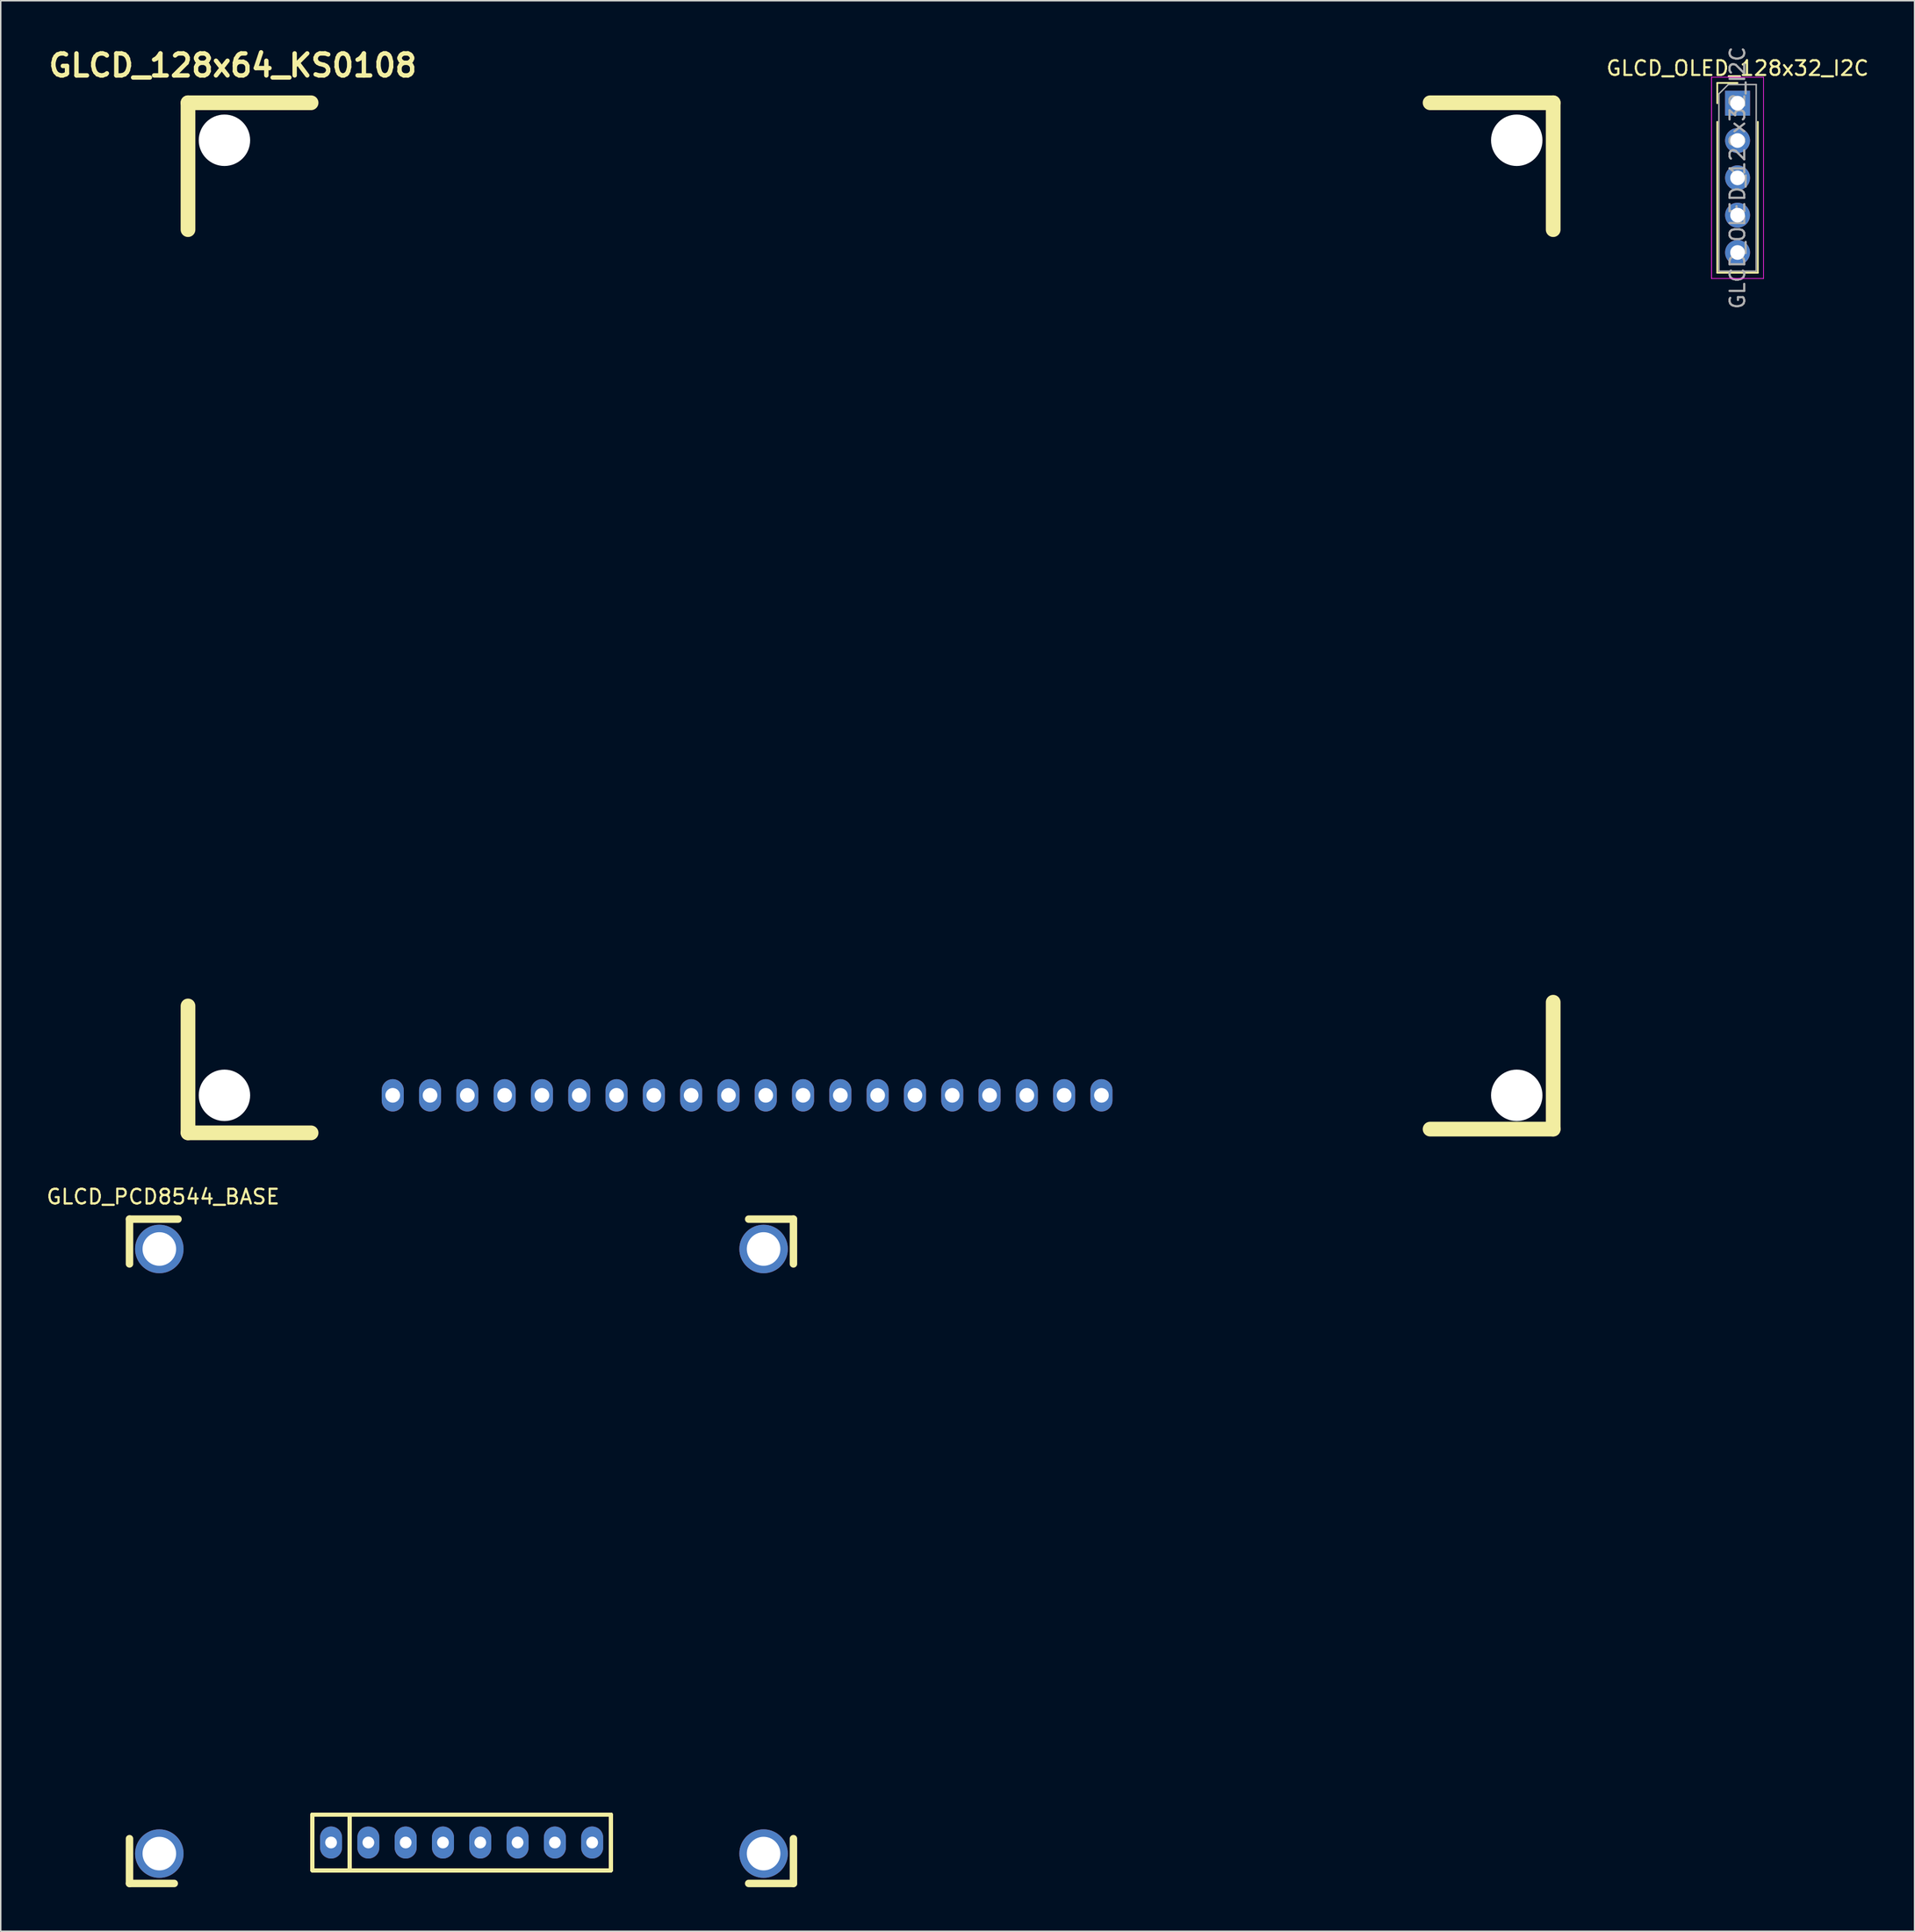
<source format=kicad_pcb>
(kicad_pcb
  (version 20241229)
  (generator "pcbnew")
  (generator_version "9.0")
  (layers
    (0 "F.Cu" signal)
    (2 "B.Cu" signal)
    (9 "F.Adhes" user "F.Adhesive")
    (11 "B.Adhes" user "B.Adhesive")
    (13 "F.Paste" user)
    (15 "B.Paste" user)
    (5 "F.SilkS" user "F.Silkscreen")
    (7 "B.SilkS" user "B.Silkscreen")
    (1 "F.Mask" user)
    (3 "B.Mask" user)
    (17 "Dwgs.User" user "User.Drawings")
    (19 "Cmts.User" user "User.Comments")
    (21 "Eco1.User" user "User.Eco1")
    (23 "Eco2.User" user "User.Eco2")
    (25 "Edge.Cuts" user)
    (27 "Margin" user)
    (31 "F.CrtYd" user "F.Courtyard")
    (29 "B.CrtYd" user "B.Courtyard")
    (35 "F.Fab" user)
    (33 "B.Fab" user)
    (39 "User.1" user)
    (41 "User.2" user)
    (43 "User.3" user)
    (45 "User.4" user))
  (footprint "GLCD_128x64_KS0108"
    (layer "F.Cu")
    (at 56.234 38.996)
    (property "Reference" "GLCD_128x64_KS0108" (at -43.434 -37.592 0) (layer "F.SilkS") (effects (font (size 1.5 1.5) (thickness 0.3))))
    (attr through_hole)
    (fp_line (start -46.482 -35.052) (end -38.1 -35.052) (stroke (width 1.001) (type solid)) (layer "F.SilkS"))
    (fp_line (start -46.482 -26.416) (end -46.482 -35.052) (stroke (width 1.001) (type solid)) (layer "F.SilkS"))
    (fp_line (start -46.482 35.052) (end -46.482 26.416) (stroke (width 1.001) (type solid)) (layer "F.SilkS"))
    (fp_line (start -46.482 35.052) (end -38.1 35.052) (stroke (width 1.001) (type solid)) (layer "F.SilkS"))
    (fp_line (start 38.1 -35.052) (end 46.482 -35.052) (stroke (width 1.001) (type solid)) (layer "F.SilkS"))
    (fp_line (start 38.1 34.798) (end 46.482 34.798) (stroke (width 1.001) (type solid)) (layer "F.SilkS"))
    (fp_line (start 46.482 -26.416) (end 46.482 -35.052) (stroke (width 1.001) (type solid)) (layer "F.SilkS"))
    (fp_line (start 46.482 34.798) (end 46.482 26.162) (stroke (width 1.001) (type solid)) (layer "F.SilkS"))
    (pad "" np_thru_hole circle (at -44 -32.499) (size 3.5 3.5) (drill 3.5) (layers "*.Cu" "*.Mask"))
    (pad "" np_thru_hole circle (at -44 32.499) (size 3.5 3.5) (drill 3.5) (layers "*.Cu" "*.Mask"))
    (pad "" np_thru_hole circle (at 44 -32.499) (size 3.5 3.5) (drill 3.5) (layers "*.Cu" "*.Mask"))
    (pad "" np_thru_hole circle (at 44 32.499) (size 3.5 3.5) (drill 3.5) (layers "*.Cu" "*.Mask"))
    (pad "1" thru_hole oval (at 15.72 32.499) (size 1.5 2.2) (drill 1) (layers "*.Cu" "*.Mask"))
    (pad "2" thru_hole oval (at 13.18 32.499) (size 1.5 2.2) (drill 1) (layers "*.Cu" "*.Mask"))
    (pad "3" thru_hole oval (at 10.64 32.499) (size 1.5 2.2) (drill 1) (layers "*.Cu" "*.Mask"))
    (pad "4" thru_hole oval (at 8.1 32.499) (size 1.5 2.2) (drill 1) (layers "*.Cu" "*.Mask"))
    (pad "5" thru_hole oval (at 5.56 32.499) (size 1.5 2.2) (drill 1) (layers "*.Cu" "*.Mask"))
    (pad "6" thru_hole oval (at 3.02 32.499) (size 1.5 2.2) (drill 1) (layers "*.Cu" "*.Mask"))
    (pad "7" thru_hole oval (at 0.48 32.499) (size 1.5 2.2) (drill 1) (layers "*.Cu" "*.Mask"))
    (pad "8" thru_hole oval (at -2.06 32.499) (size 1.5 2.2) (drill 1) (layers "*.Cu" "*.Mask"))
    (pad "9" thru_hole oval (at -4.6 32.499) (size 1.5 2.2) (drill 1) (layers "*.Cu" "*.Mask"))
    (pad "10" thru_hole oval (at -7.14 32.499) (size 1.5 2.2) (drill 1) (layers "*.Cu" "*.Mask"))
    (pad "11" thru_hole oval (at -9.68 32.499) (size 1.5 2.2) (drill 1) (layers "*.Cu" "*.Mask"))
    (pad "12" thru_hole oval (at -12.22 32.499) (size 1.5 2.2) (drill 1) (layers "*.Cu" "*.Mask"))
    (pad "13" thru_hole oval (at -14.76 32.499) (size 1.5 2.2) (drill 1) (layers "*.Cu" "*.Mask"))
    (pad "14" thru_hole oval (at -17.3 32.499) (size 1.5 2.2) (drill 1) (layers "*.Cu" "*.Mask"))
    (pad "15" thru_hole oval (at -19.84 32.499) (size 1.5 2.2) (drill 1) (layers "*.Cu" "*.Mask"))
    (pad "16" thru_hole oval (at -22.38 32.499) (size 1.5 2.2) (drill 1) (layers "*.Cu" "*.Mask"))
    (pad "17" thru_hole oval (at -24.92 32.499) (size 1.5 2.2) (drill 1) (layers "*.Cu" "*.Mask"))
    (pad "18" thru_hole oval (at -27.46 32.499) (size 1.5 2.2) (drill 1) (layers "*.Cu" "*.Mask"))
    (pad "19" thru_hole oval (at -30 32.499) (size 1.5 2.2) (drill 1) (layers "*.Cu" "*.Mask"))
    (pad "20" thru_hole oval (at -32.54 32.499) (size 1.5 2.2) (drill 1) (layers "*.Cu" "*.Mask")))
  (footprint "GLCD_OLED_128x32_I2C"
    (layer "F.Cu")
    (at 115.27 3.974)
    (property "Reference" "GLCD_OLED_128x32_I2C" (at 0 -2.38 0) (layer "F.SilkS") (effects (font (size 1 1) (thickness 0.15))))
    (attr through_hole)
    (fp_line (start -1.38 -1.38) (end 0 -1.38) (stroke (width 0.12) (type solid)) (layer "F.SilkS"))
    (fp_line (start -1.38 0) (end -1.38 -1.38) (stroke (width 0.12) (type solid)) (layer "F.SilkS"))
    (fp_line (start -1.38 1.27) (end -1.38 11.54) (stroke (width 0.12) (type solid)) (layer "F.SilkS"))
    (fp_line (start -1.38 11.54) (end 1.38 11.54) (stroke (width 0.12) (type solid)) (layer "F.SilkS"))
    (fp_line (start 1.38 1.27) (end 1.38 11.54) (stroke (width 0.12) (type solid)) (layer "F.SilkS"))
    (fp_line (start -1.77 -1.77) (end -1.77 11.93) (stroke (width 0.05) (type solid)) (layer "F.CrtYd"))
    (fp_line (start -1.77 11.93) (end 1.77 11.93) (stroke (width 0.05) (type solid)) (layer "F.CrtYd"))
    (fp_line (start 1.77 -1.77) (end -1.77 -1.77) (stroke (width 0.05) (type solid)) (layer "F.CrtYd"))
    (fp_line (start 1.77 11.93) (end 1.77 -1.77) (stroke (width 0.05) (type solid)) (layer "F.CrtYd"))
    (fp_rect (start -1.77 -1.77) (end -1.77 11.93) (stroke (width 0.05) (type default)) (fill no) (layer "F.CrtYd"))
    (fp_line (start -1.27 -0.635) (end -0.635 -1.27) (stroke (width 0.1) (type solid)) (layer "F.Fab"))
    (fp_line (start -1.27 11.43) (end -1.27 -0.635) (stroke (width 0.1) (type solid)) (layer "F.Fab"))
    (fp_line (start -0.635 -1.27) (end 1.27 -1.27) (stroke (width 0.1) (type solid)) (layer "F.Fab"))
    (fp_line (start 1.27 -1.27) (end 1.27 11.43) (stroke (width 0.1) (type solid)) (layer "F.Fab"))
    (fp_line (start 1.27 11.43) (end -1.27 11.43) (stroke (width 0.1) (type solid)) (layer "F.Fab"))
    (fp_text user "${REFERENCE}" (at 0 5.08 90) (layer "F.Fab") (effects (font (size 1 1) (thickness 0.15))))
    (pad "1" thru_hole rect (at 0 0) (size 1.7 1.7) (drill 1) (layers "*.Cu" "*.Mask"))
    (pad "2" thru_hole circle (at 0 2.54) (size 1.7 1.7) (drill 1) (layers "*.Cu" "*.Mask"))
    (pad "3" thru_hole circle (at 0 5.08) (size 1.7 1.7) (drill 1) (layers "*.Cu" "*.Mask"))
    (pad "4" thru_hole circle (at 0 7.62) (size 1.7 1.7) (drill 1) (layers "*.Cu" "*.Mask"))
    (pad "5" thru_hole circle (at 0 10.16) (size 1.7 1.7) (drill 1) (layers "*.Cu" "*.Mask")))
  (footprint "GLCD_PCD8544_BASE"
    (layer "F.Cu")
    (at 28.374 102.527)
    (property "Reference" "GLCD_PCD8544_BASE" (at -20.32 -24.13 0) (layer "F.SilkS") (effects (font (size 1 1) (thickness 0.15))))
    (attr through_hole)
    (fp_line (start -22.606 -22.606) (end -22.606 -19.558) (stroke (width 0.508) (type solid)) (layer "F.SilkS"))
    (fp_line (start -22.606 -22.606) (end -19.304 -22.606) (stroke (width 0.508) (type solid)) (layer "F.SilkS"))
    (fp_line (start -22.606 22.606) (end -22.606 19.558) (stroke (width 0.508) (type solid)) (layer "F.SilkS"))
    (fp_line (start -22.606 22.606) (end -19.558 22.606) (stroke (width 0.508) (type solid)) (layer "F.SilkS"))
    (fp_line (start -10.15 17.915) (end 10.17 17.915) (stroke (width 0.254) (type solid)) (layer "F.SilkS"))
    (fp_line (start -10.15 17.915) (end 10.17 17.915) (stroke (width 0.254) (type solid)) (layer "F.SilkS"))
    (fp_line (start -10.15 17.915) (end 10.17 17.915) (stroke (width 0.254) (type solid)) (layer "F.SilkS"))
    (fp_line (start -10.15 17.915) (end 10.17 17.915) (stroke (width 0.254) (type solid)) (layer "F.SilkS"))
    (fp_line (start -10.15 17.915) (end 10.17 17.915) (stroke (width 0.254) (type solid)) (layer "F.SilkS"))
    (fp_line (start -10.15 17.915) (end 10.17 17.915) (stroke (width 0.254) (type solid)) (layer "F.SilkS"))
    (fp_line (start -10.15 17.915) (end 10.17 17.915) (stroke (width 0.254) (type solid)) (layer "F.SilkS"))
    (fp_line (start -10.15 17.915) (end 10.17 17.915) (stroke (width 0.254) (type solid)) (layer "F.SilkS"))
    (fp_line (start -10.15 21.725) (end -10.15 17.915) (stroke (width 0.254) (type solid)) (layer "F.SilkS"))
    (fp_line (start -10.15 21.725) (end -10.15 17.915) (stroke (width 0.254) (type solid)) (layer "F.SilkS"))
    (fp_line (start -10.15 21.725) (end -10.15 17.915) (stroke (width 0.254) (type solid)) (layer "F.SilkS"))
    (fp_line (start -10.15 21.725) (end -10.15 17.915) (stroke (width 0.254) (type solid)) (layer "F.SilkS"))
    (fp_line (start -10.15 21.725) (end -10.15 17.915) (stroke (width 0.254) (type solid)) (layer "F.SilkS"))
    (fp_line (start -10.15 21.725) (end -10.15 17.915) (stroke (width 0.254) (type solid)) (layer "F.SilkS"))
    (fp_line (start -10.15 21.725) (end -10.15 17.915) (stroke (width 0.254) (type solid)) (layer "F.SilkS"))
    (fp_line (start -10.15 21.725) (end -10.15 17.915) (stroke (width 0.254) (type solid)) (layer "F.SilkS"))
    (fp_line (start -7.61 17.915) (end -7.61 21.725) (stroke (width 0.254) (type solid)) (layer "F.SilkS"))
    (fp_line (start -7.61 17.915) (end -7.61 21.725) (stroke (width 0.254) (type solid)) (layer "F.SilkS"))
    (fp_line (start -7.61 17.915) (end -7.61 21.725) (stroke (width 0.254) (type solid)) (layer "F.SilkS"))
    (fp_line (start -7.61 17.915) (end -7.61 21.725) (stroke (width 0.254) (type solid)) (layer "F.SilkS"))
    (fp_line (start -7.61 17.915) (end -7.61 21.725) (stroke (width 0.254) (type solid)) (layer "F.SilkS"))
    (fp_line (start -7.61 17.915) (end -7.61 21.725) (stroke (width 0.254) (type solid)) (layer "F.SilkS"))
    (fp_line (start -7.61 17.915) (end -7.61 21.725) (stroke (width 0.254) (type solid)) (layer "F.SilkS"))
    (fp_line (start -7.61 17.915) (end -7.61 21.725) (stroke (width 0.254) (type solid)) (layer "F.SilkS"))
    (fp_line (start 10.17 17.915) (end 10.17 21.725) (stroke (width 0.254) (type solid)) (layer "F.SilkS"))
    (fp_line (start 10.17 17.915) (end 10.17 21.725) (stroke (width 0.254) (type solid)) (layer "F.SilkS"))
    (fp_line (start 10.17 17.915) (end 10.17 21.725) (stroke (width 0.254) (type solid)) (layer "F.SilkS"))
    (fp_line (start 10.17 17.915) (end 10.17 21.725) (stroke (width 0.254) (type solid)) (layer "F.SilkS"))
    (fp_line (start 10.17 17.915) (end 10.17 21.725) (stroke (width 0.254) (type solid)) (layer "F.SilkS"))
    (fp_line (start 10.17 17.915) (end 10.17 21.725) (stroke (width 0.254) (type solid)) (layer "F.SilkS"))
    (fp_line (start 10.17 17.915) (end 10.17 21.725) (stroke (width 0.254) (type solid)) (layer "F.SilkS"))
    (fp_line (start 10.17 17.915) (end 10.17 21.725) (stroke (width 0.254) (type solid)) (layer "F.SilkS"))
    (fp_line (start 10.17 21.725) (end -10.15 21.725) (stroke (width 0.254) (type solid)) (layer "F.SilkS"))
    (fp_line (start 10.17 21.725) (end -10.15 21.725) (stroke (width 0.254) (type solid)) (layer "F.SilkS"))
    (fp_line (start 10.17 21.725) (end -10.15 21.725) (stroke (width 0.254) (type solid)) (layer "F.SilkS"))
    (fp_line (start 10.17 21.725) (end -10.15 21.725) (stroke (width 0.254) (type solid)) (layer "F.SilkS"))
    (fp_line (start 10.17 21.725) (end -10.15 21.725) (stroke (width 0.254) (type solid)) (layer "F.SilkS"))
    (fp_line (start 10.17 21.725) (end -10.15 21.725) (stroke (width 0.254) (type solid)) (layer "F.SilkS"))
    (fp_line (start 10.17 21.725) (end -10.15 21.725) (stroke (width 0.254) (type solid)) (layer "F.SilkS"))
    (fp_line (start 10.17 21.725) (end -10.15 21.725) (stroke (width 0.254) (type solid)) (layer "F.SilkS"))
    (fp_line (start 22.606 -22.606) (end 19.558 -22.606) (stroke (width 0.508) (type solid)) (layer "F.SilkS"))
    (fp_line (start 22.606 -22.606) (end 22.606 -19.558) (stroke (width 0.508) (type solid)) (layer "F.SilkS"))
    (fp_line (start 22.606 22.606) (end 19.558 22.606) (stroke (width 0.508) (type solid)) (layer "F.SilkS"))
    (fp_line (start 22.606 22.606) (end 22.606 19.558) (stroke (width 0.508) (type solid)) (layer "F.SilkS"))
    (pad "1" thru_hole oval (at -8.88 19.82) (size 1.499 2.184) (drill 0.8) (layers "*.Cu" "*.Mask"))
    (pad "2" thru_hole oval (at -6.34 19.82) (size 1.499 2.184) (drill 0.8) (layers "*.Cu" "*.Mask"))
    (pad "3" thru_hole oval (at -3.8 19.82) (size 1.499 2.184) (drill 0.8) (layers "*.Cu" "*.Mask"))
    (pad "4" thru_hole oval (at -1.26 19.82) (size 1.499 2.184) (drill 0.8) (layers "*.Cu" "*.Mask"))
    (pad "5" thru_hole oval (at 1.28 19.82) (size 1.499 2.184) (drill 0.8) (layers "*.Cu" "*.Mask"))
    (pad "6" thru_hole oval (at 3.82 19.82) (size 1.499 2.184) (drill 0.8) (layers "*.Cu" "*.Mask"))
    (pad "7" thru_hole oval (at 6.36 19.82) (size 1.499 2.184) (drill 0.8) (layers "*.Cu" "*.Mask"))
    (pad "8" thru_hole circle (at -20.574 -20.574) (size 3.302 3.302) (drill 2.286) (layers "*.Cu" "*.Mask"))
    (pad "8" thru_hole circle (at -20.574 20.574) (size 3.302 3.302) (drill 2.286) (layers "*.Cu" "*.Mask"))
    (pad "8" thru_hole oval (at 8.9 19.82) (size 1.499 2.184) (drill 0.8) (layers "*.Cu" "*.Mask"))
    (pad "8" thru_hole circle (at 20.574 -20.574) (size 3.302 3.302) (drill 2.286) (layers "*.Cu" "*.Mask"))
    (pad "8" thru_hole circle (at 20.574 20.574) (size 3.302 3.302) (drill 2.286) (layers "*.Cu" "*.Mask")))
  (gr_rect
    (start -3 -3)
    (end 127.324 128.387)
    (stroke (width 0.1) (type default))
    (fill no)
    (layer "Edge.Cuts")))
</source>
